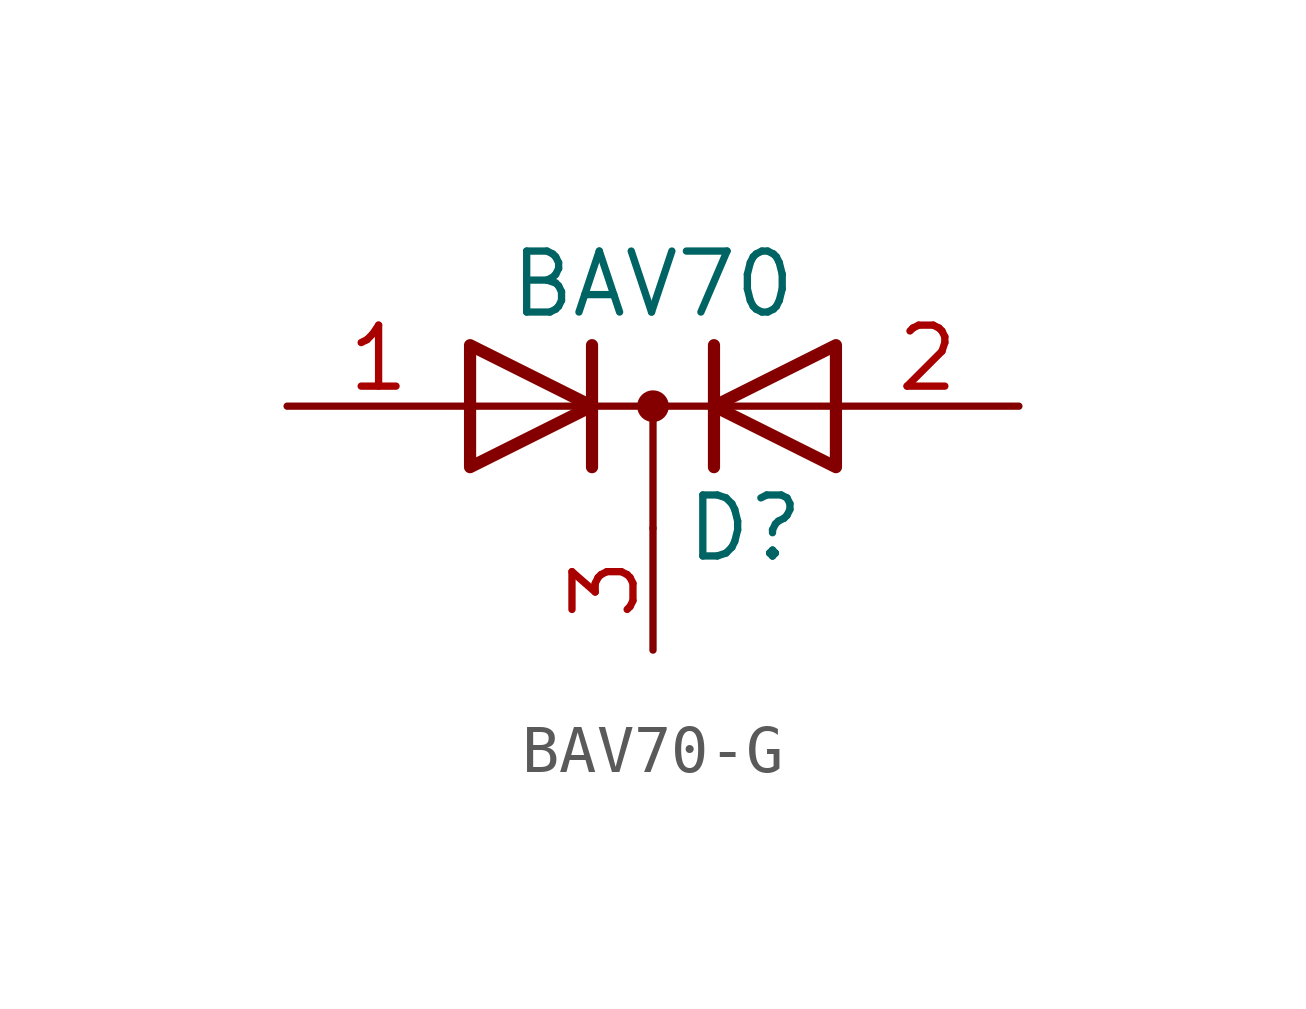
<source format=kicad_sym>
(kicad_symbol_lib
  (version 20220914)
  (generator kicad_symbol_editor)
  (symbol "BAV70-G"
    (pin_names
      (offset 0.762) hide)
    (property "Reference" "D"
      (at 0.635 -2.54 0)
      (effects (font (size 1.27 1.27)) (justify left)))
    (property "Value" "BAV70"
      (at 0 2.54 0)
      (effects (font (size 1.27 1.27))))
    (symbol "BAV70-G_0_1"
      (polyline (pts (xy -3.81 0) (xy 3.81 0)) (stroke (width 0) (type default)) (fill (type none)))
      (polyline (pts (xy 0 0) (xy 0 -2.54)) (stroke (width 0) (type default)) (fill (type none)))
      (polyline (pts (xy -1.27 -1.27) (xy -1.27 1.27) (xy -1.27 1.27)) (stroke (width 0.254) (type default)) (fill (type none)))
      (polyline (pts (xy 1.27 -1.27) (xy 1.27 1.27) (xy 1.27 1.27)) (stroke (width 0.254) (type default)) (fill (type none)))
      (polyline (pts (xy -3.81 1.27) (xy -1.27 0) (xy -3.81 -1.27) (xy -3.81 1.27) (xy -3.81 1.27) (xy -3.81 1.27)) (stroke (width 0.254) (type default)) (fill (type none)))
      (polyline (pts (xy 3.81 -1.27) (xy 1.27 0) (xy 3.81 1.27) (xy 3.81 -1.27) (xy 3.81 -1.27) (xy 3.81 -1.27)) (stroke (width 0.254) (type default)) (fill (type none)))
      (circle (center 0 0) (radius 0.254) (stroke (width 0) (type default)) (fill (type outline)))
      (pin passive line (at -7.62 0 0) (length 3.81) (name "A" (effects (font (size 1.27 1.27)))) (number "1" (effects (font (size 1.27 1.27)))))
      (pin passive line (at 7.62 0 180) (length 3.81) (name "A" (effects (font (size 1.27 1.27)))) (number "2" (effects (font (size 1.27 1.27)))))
      (pin passive line (at 0 -5.08 90) (length 2.54) (name "K" (effects (font (size 1.27 1.27)))) (number "3" (effects (font (size 1.27 1.27))))))))
</source>
